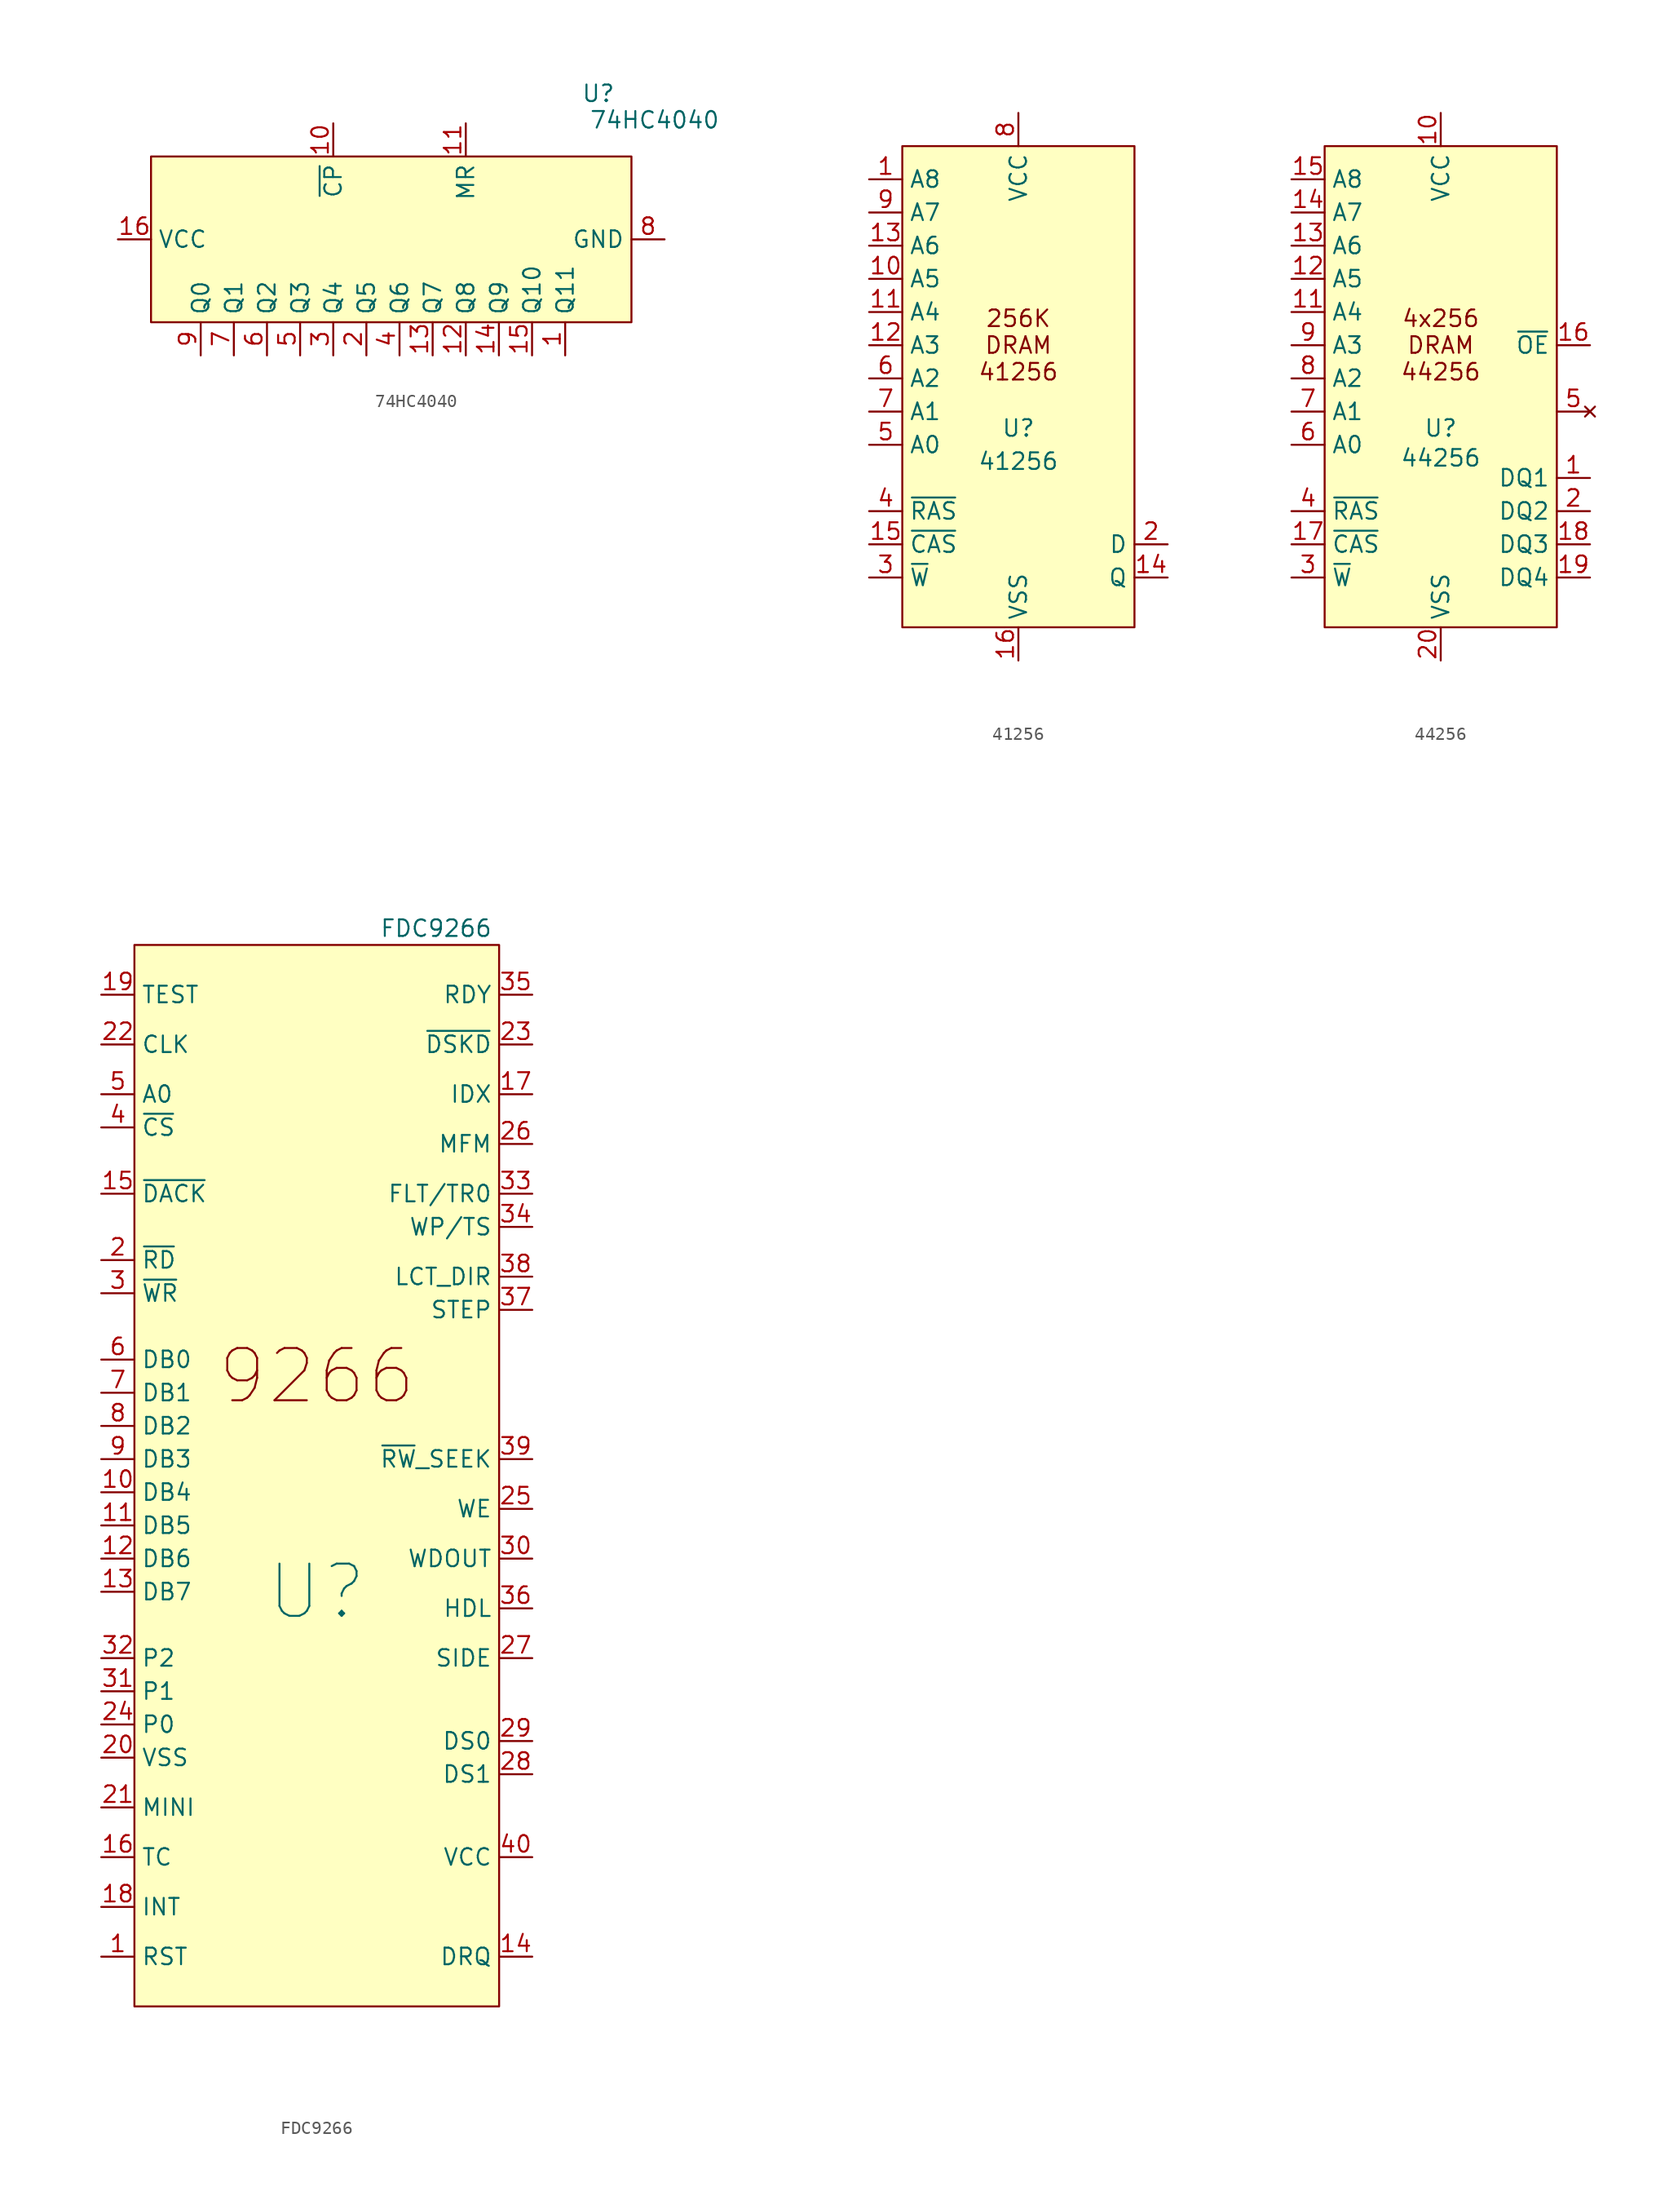
<source format=kicad_sym>
(kicad_symbol_lib
  (version 20231120)
  (generator "kicad_symbol_editor")
  (generator_version "8.0")
  (symbol "74HC4040"
    (property "Reference" "U"
      (at 15.24 11.176 0)
      (effects (font (size 1.27 1.27))))
    (property "Value" "74HC4040"
      (at 19.558 9.144 0)
      (effects (font (size 1.27 1.27))))
    (symbol "74HC4040_0_0"
      (pin output line (at 12.7 -8.89 90) (length 2.54) (name "Q11" (effects (font (size 1.27 1.27)))) (number "1" (effects (font (size 1.27 1.27)))))
      (pin input line (at -5.08 8.89 270) (length 2.54) (name "~{CP}" (effects (font (size 1.27 1.27)))) (number "10" (effects (font (size 1.27 1.27)))))
      (pin input line (at 5.08 8.89 270) (length 2.54) (name "MR" (effects (font (size 1.27 1.27)))) (number "11" (effects (font (size 1.27 1.27)))))
      (pin output line (at 5.08 -8.89 90) (length 2.54) (name "Q8" (effects (font (size 1.27 1.27)))) (number "12" (effects (font (size 1.27 1.27)))))
      (pin output line (at 2.54 -8.89 90) (length 2.54) (name "Q7" (effects (font (size 1.27 1.27)))) (number "13" (effects (font (size 1.27 1.27)))))
      (pin output line (at 7.62 -8.89 90) (length 2.54) (name "Q9" (effects (font (size 1.27 1.27)))) (number "14" (effects (font (size 1.27 1.27)))))
      (pin output line (at 10.16 -8.89 90) (length 2.54) (name "Q10" (effects (font (size 1.27 1.27)))) (number "15" (effects (font (size 1.27 1.27)))))
      (pin power_in line (at -21.59 0 0) (length 2.54) (name "VCC" (effects (font (size 1.27 1.27)))) (number "16" (effects (font (size 1.27 1.27)))))
      (pin output line (at -2.54 -8.89 90) (length 2.54) (name "Q5" (effects (font (size 1.27 1.27)))) (number "2" (effects (font (size 1.27 1.27)))))
      (pin output line (at -5.08 -8.89 90) (length 2.54) (name "Q4" (effects (font (size 1.27 1.27)))) (number "3" (effects (font (size 1.27 1.27)))))
      (pin output line (at 0 -8.89 90) (length 2.54) (name "Q6" (effects (font (size 1.27 1.27)))) (number "4" (effects (font (size 1.27 1.27)))))
      (pin output line (at -7.62 -8.89 90) (length 2.54) (name "Q3" (effects (font (size 1.27 1.27)))) (number "5" (effects (font (size 1.27 1.27)))))
      (pin output line (at -10.16 -8.89 90) (length 2.54) (name "Q2" (effects (font (size 1.27 1.27)))) (number "6" (effects (font (size 1.27 1.27)))))
      (pin power_in line (at 20.32 0 180) (length 2.54) (name "GND" (effects (font (size 1.27 1.27)))) (number "8" (effects (font (size 1.27 1.27)))))
      (pin output line (at -15.24 -8.89 90) (length 2.54) (name "Q0" (effects (font (size 1.27 1.27)))) (number "9" (effects (font (size 1.27 1.27))))))
    (symbol "74HC4040_1_0"
      (pin output line (at -12.7 -8.89 90) (length 2.54) (name "Q1" (effects (font (size 1.27 1.27)))) (number "7" (effects (font (size 1.27 1.27))))))
    (symbol "74HC4040_1_1"
      (rectangle (start -19.05 6.35) (end 17.78 -6.35) (stroke (width 0) (type default)) (fill (type background)))))
  (symbol "41256"
    (property "Reference" "U"
      (at 0 -3.81 0)
      (effects (font (size 1.27 1.27))))
    (property "Value" "41256"
      (at 0 -6.35 0)
      (effects (font (size 1.27 1.27))))
    (symbol "41256_0_0"
      (pin input line (at -11.43 7.62 0) (length 2.54) (name "A5" (effects (font (size 1.27 1.27)))) (number "10" (effects (font (size 1.27 1.27)))))
      (pin input line (at -11.43 5.08 0) (length 2.54) (name "A4" (effects (font (size 1.27 1.27)))) (number "11" (effects (font (size 1.27 1.27)))))
      (pin input line (at -11.43 2.54 0) (length 2.54) (name "A3" (effects (font (size 1.27 1.27)))) (number "12" (effects (font (size 1.27 1.27)))))
      (pin input line (at -11.43 10.16 0) (length 2.54) (name "A6" (effects (font (size 1.27 1.27)))) (number "13" (effects (font (size 1.27 1.27)))))
      (pin power_in line (at 0 -21.59 90) (length 2.54) (name "VSS" (effects (font (size 1.27 1.27)))) (number "16" (effects (font (size 1.27 1.27)))))
      (pin input line (at -11.43 -10.16 0) (length 2.54) (name "~{RAS}" (effects (font (size 1.27 1.27)))) (number "4" (effects (font (size 1.27 1.27)))))
      (pin input line (at -11.43 -5.08 0) (length 2.54) (name "A0" (effects (font (size 1.27 1.27)))) (number "5" (effects (font (size 1.27 1.27)))))
      (pin input line (at -11.43 0 0) (length 2.54) (name "A2" (effects (font (size 1.27 1.27)))) (number "6" (effects (font (size 1.27 1.27)))))
      (pin input line (at -11.43 -2.54 0) (length 2.54) (name "A1" (effects (font (size 1.27 1.27)))) (number "7" (effects (font (size 1.27 1.27)))))
      (pin power_in line (at 0 20.32 270) (length 2.54) (name "VCC" (effects (font (size 1.27 1.27)))) (number "8" (effects (font (size 1.27 1.27)))))
      (pin input line (at -11.43 12.7 0) (length 2.54) (name "A7" (effects (font (size 1.27 1.27)))) (number "9" (effects (font (size 1.27 1.27))))))
    (symbol "41256_1_0"
      (pin input line (at -11.43 15.24 0) (length 2.54) (name "A8" (effects (font (size 1.27 1.27)))) (number "1" (effects (font (size 1.27 1.27)))))
      (pin passive line (at 11.43 -15.24 180) (length 2.54) (name "Q" (effects (font (size 1.27 1.27)))) (number "14" (effects (font (size 1.27 1.27)))))
      (pin input line (at -11.43 -12.7 0) (length 2.54) (name "~{CAS}" (effects (font (size 1.27 1.27)))) (number "15" (effects (font (size 1.27 1.27)))))
      (pin input line (at 11.43 -12.7 180) (length 2.54) (name "D" (effects (font (size 1.27 1.27)))) (number "2" (effects (font (size 1.27 1.27)))))
      (pin input line (at -11.43 -15.24 0) (length 2.54) (name "~{W}" (effects (font (size 1.27 1.27)))) (number "3" (effects (font (size 1.27 1.27))))))
    (symbol "41256_1_1"
      (rectangle (start -8.89 17.78) (end 8.89 -19.05) (stroke (width 0) (type default)) (fill (type background)))
      (text "256K\nDRAM\n41256" (at 0 2.54 0) (effects (font (size 1.27 1.27))))))
  (symbol "44256"
    (property "Reference" "U"
      (at 0 -3.81 0)
      (effects (font (size 1.27 1.27))))
    (property "Value" "44256"
      (at 0 -6.096 0)
      (effects (font (size 1.27 1.27))))
    (symbol "44256_0_0"
      (pin input line (at -11.43 -10.16 0) (length 2.54) (name "~{RAS}" (effects (font (size 1.27 1.27)))) (number "4" (effects (font (size 1.27 1.27))))))
    (symbol "44256_1_0"
      (pin bidirectional line (at 11.43 -7.62 180) (length 2.54) (name "DQ1" (effects (font (size 1.27 1.27)))) (number "1" (effects (font (size 1.27 1.27)))))
      (pin power_in line (at 0 20.32 270) (length 2.54) (name "VCC" (effects (font (size 1.27 1.27)))) (number "10" (effects (font (size 1.27 1.27)))))
      (pin input line (at -11.43 5.08 0) (length 2.54) (name "A4" (effects (font (size 1.27 1.27)))) (number "11" (effects (font (size 1.27 1.27)))))
      (pin input line (at -11.43 7.62 0) (length 2.54) (name "A5" (effects (font (size 1.27 1.27)))) (number "12" (effects (font (size 1.27 1.27)))))
      (pin input line (at -11.43 10.16 0) (length 2.54) (name "A6" (effects (font (size 1.27 1.27)))) (number "13" (effects (font (size 1.27 1.27)))))
      (pin input line (at -11.43 12.7 0) (length 2.54) (name "A7" (effects (font (size 1.27 1.27)))) (number "14" (effects (font (size 1.27 1.27)))))
      (pin input line (at -11.43 15.24 0) (length 2.54) (name "A8" (effects (font (size 1.27 1.27)))) (number "15" (effects (font (size 1.27 1.27)))))
      (pin input line (at 11.43 2.54 180) (length 2.54) (name "~{OE}" (effects (font (size 1.27 1.27)))) (number "16" (effects (font (size 1.27 1.27)))))
      (pin input line (at -11.43 -12.7 0) (length 2.54) (name "~{CAS}" (effects (font (size 1.27 1.27)))) (number "17" (effects (font (size 1.27 1.27)))))
      (pin bidirectional line (at 11.43 -12.7 180) (length 2.54) (name "DQ3" (effects (font (size 1.27 1.27)))) (number "18" (effects (font (size 1.27 1.27)))))
      (pin bidirectional line (at 11.43 -15.24 180) (length 2.54) (name "DQ4" (effects (font (size 1.27 1.27)))) (number "19" (effects (font (size 1.27 1.27)))))
      (pin bidirectional line (at 11.43 -10.16 180) (length 2.54) (name "DQ2" (effects (font (size 1.27 1.27)))) (number "2" (effects (font (size 1.27 1.27)))))
      (pin power_in line (at 0 -21.59 90) (length 2.54) (name "VSS" (effects (font (size 1.27 1.27)))) (number "20" (effects (font (size 1.27 1.27)))))
      (pin input line (at -11.43 -15.24 0) (length 2.54) (name "~{W}" (effects (font (size 1.27 1.27)))) (number "3" (effects (font (size 1.27 1.27)))))
      (pin no_connect line (at 11.43 -2.54 180) (length 2.54) (name "" (effects (font (size 1.27 1.27)))) (number "5" (effects (font (size 1.27 1.27)))))
      (pin input line (at -11.43 -5.08 0) (length 2.54) (name "A0" (effects (font (size 1.27 1.27)))) (number "6" (effects (font (size 1.27 1.27)))))
      (pin input line (at -11.43 -2.54 0) (length 2.54) (name "A1" (effects (font (size 1.27 1.27)))) (number "7" (effects (font (size 1.27 1.27)))))
      (pin input line (at -11.43 0 0) (length 2.54) (name "A2" (effects (font (size 1.27 1.27)))) (number "8" (effects (font (size 1.27 1.27)))))
      (pin input line (at -11.43 2.54 0) (length 2.54) (name "A3" (effects (font (size 1.27 1.27)))) (number "9" (effects (font (size 1.27 1.27))))))
    (symbol "44256_1_1"
      (rectangle (start -8.89 17.78) (end 8.89 -19.05) (stroke (width 0) (type default)) (fill (type background)))
      (text "4x256\nDRAM\n44256" (at 0 2.54 0) (effects (font (size 1.27 1.27))))))
  (symbol "FDC9266"
    (property "Reference" "U"
      (at 0 -10.16 0)
      (effects (font (size 4 4))))
    (property "Value" "FDC9266"
      (at 9.144 40.64 0)
      (effects (font (size 1.27 1.27))))
    (symbol "FDC9266_0_0"
      (pin input line (at -16.51 -38.1 0) (length 2.54) (name "RST" (effects (font (size 1.27 1.27)))) (number "1" (effects (font (size 1.27 1.27)))))
      (pin bidirectional line (at -16.51 -2.54 0) (length 2.54) (name "DB4" (effects (font (size 1.27 1.27)))) (number "10" (effects (font (size 1.27 1.27)))))
      (pin bidirectional line (at -16.51 -5.08 0) (length 2.54) (name "DB5" (effects (font (size 1.27 1.27)))) (number "11" (effects (font (size 1.27 1.27)))))
      (pin bidirectional line (at -16.51 -7.62 0) (length 2.54) (name "DB6" (effects (font (size 1.27 1.27)))) (number "12" (effects (font (size 1.27 1.27)))))
      (pin bidirectional line (at -16.51 -10.16 0) (length 2.54) (name "DB7" (effects (font (size 1.27 1.27)))) (number "13" (effects (font (size 1.27 1.27)))))
      (pin output line (at 16.51 -38.1 180) (length 2.54) (name "DRQ" (effects (font (size 1.27 1.27)))) (number "14" (effects (font (size 1.27 1.27)))))
      (pin input line (at -16.51 20.32 0) (length 2.54) (name "~{DACK}" (effects (font (size 1.27 1.27)))) (number "15" (effects (font (size 1.27 1.27)))))
      (pin input line (at -16.51 -30.48 0) (length 2.54) (name "TC" (effects (font (size 1.27 1.27)))) (number "16" (effects (font (size 1.27 1.27)))))
      (pin input line (at 16.51 27.94 180) (length 2.54) (name "IDX" (effects (font (size 1.27 1.27)))) (number "17" (effects (font (size 1.27 1.27)))))
      (pin output line (at -16.51 -34.29 0) (length 2.54) (name "INT" (effects (font (size 1.27 1.27)))) (number "18" (effects (font (size 1.27 1.27)))))
      (pin input line (at -16.51 35.56 0) (length 2.54) (name "TEST" (effects (font (size 1.27 1.27)))) (number "19" (effects (font (size 1.27 1.27)))))
      (pin input line (at -16.51 15.24 0) (length 2.54) (name "~{RD}" (effects (font (size 1.27 1.27)))) (number "2" (effects (font (size 1.27 1.27)))))
      (pin power_in line (at -16.51 -22.86 0) (length 2.54) (name "VSS" (effects (font (size 1.27 1.27)))) (number "20" (effects (font (size 1.27 1.27)))))
      (pin input line (at -16.51 -26.67 0) (length 2.54) (name "MINI" (effects (font (size 1.27 1.27)))) (number "21" (effects (font (size 1.27 1.27)))))
      (pin input line (at -16.51 31.75 0) (length 2.54) (name "CLK" (effects (font (size 1.27 1.27)))) (number "22" (effects (font (size 1.27 1.27)))))
      (pin input line (at 16.51 31.75 180) (length 2.54) (name "~{DSKD}" (effects (font (size 1.27 1.27)))) (number "23" (effects (font (size 1.27 1.27)))))
      (pin input line (at -16.51 -20.32 0) (length 2.54) (name "P0" (effects (font (size 1.27 1.27)))) (number "24" (effects (font (size 1.27 1.27)))))
      (pin output line (at 16.51 -3.81 180) (length 2.54) (name "WE" (effects (font (size 1.27 1.27)))) (number "25" (effects (font (size 1.27 1.27)))))
      (pin output line (at 16.51 24.13 180) (length 2.54) (name "MFM" (effects (font (size 1.27 1.27)))) (number "26" (effects (font (size 1.27 1.27)))))
      (pin input line (at -16.51 12.7 0) (length 2.54) (name "~{WR}" (effects (font (size 1.27 1.27)))) (number "3" (effects (font (size 1.27 1.27)))))
      (pin output line (at 16.51 -7.62 180) (length 2.54) (name "WDOUT" (effects (font (size 1.27 1.27)))) (number "30" (effects (font (size 1.27 1.27)))))
      (pin input line (at -16.51 -17.78 0) (length 2.54) (name "P1" (effects (font (size 1.27 1.27)))) (number "31" (effects (font (size 1.27 1.27)))))
      (pin input line (at -16.51 -15.24 0) (length 2.54) (name "P2" (effects (font (size 1.27 1.27)))) (number "32" (effects (font (size 1.27 1.27)))))
      (pin input line (at 16.51 20.32 180) (length 2.54) (name "FLT/TR0" (effects (font (size 1.27 1.27)))) (number "33" (effects (font (size 1.27 1.27)))))
      (pin input line (at 16.51 17.78 180) (length 2.54) (name "WP/TS" (effects (font (size 1.27 1.27)))) (number "34" (effects (font (size 1.27 1.27)))))
      (pin input line (at 16.51 35.56 180) (length 2.54) (name "RDY" (effects (font (size 1.27 1.27)))) (number "35" (effects (font (size 1.27 1.27)))))
      (pin output line (at 16.51 -11.43 180) (length 2.54) (name "HDL" (effects (font (size 1.27 1.27)))) (number "36" (effects (font (size 1.27 1.27)))))
      (pin output line (at 16.51 13.97 180) (length 2.54) (name "LCT_DIR" (effects (font (size 1.27 1.27)))) (number "38" (effects (font (size 1.27 1.27)))))
      (pin output line (at 16.51 0 180) (length 2.54) (name "~{RW}_SEEK" (effects (font (size 1.27 1.27)))) (number "39" (effects (font (size 1.27 1.27)))))
      (pin input line (at -16.51 25.4 0) (length 2.54) (name "~{CS}" (effects (font (size 1.27 1.27)))) (number "4" (effects (font (size 1.27 1.27)))))
      (pin power_in line (at 16.51 -30.48 180) (length 2.54) (name "VCC" (effects (font (size 1.27 1.27)))) (number "40" (effects (font (size 1.27 1.27)))))
      (pin input line (at -16.51 27.94 0) (length 2.54) (name "A0" (effects (font (size 1.27 1.27)))) (number "5" (effects (font (size 1.27 1.27)))))
      (pin bidirectional line (at -16.51 7.62 0) (length 2.54) (name "DB0" (effects (font (size 1.27 1.27)))) (number "6" (effects (font (size 1.27 1.27)))))
      (pin bidirectional line (at -16.51 5.08 0) (length 2.54) (name "DB1" (effects (font (size 1.27 1.27)))) (number "7" (effects (font (size 1.27 1.27)))))
      (pin bidirectional line (at -16.51 2.54 0) (length 2.54) (name "DB2" (effects (font (size 1.27 1.27)))) (number "8" (effects (font (size 1.27 1.27)))))
      (pin bidirectional line (at -16.51 0 0) (length 2.54) (name "DB3" (effects (font (size 1.27 1.27)))) (number "9" (effects (font (size 1.27 1.27))))))
    (symbol "FDC9266_1_0"
      (pin output line (at 16.51 -15.24 180) (length 2.54) (name "SIDE" (effects (font (size 1.27 1.27)))) (number "27" (effects (font (size 1.27 1.27)))))
      (pin output line (at 16.51 -24.13 180) (length 2.54) (name "DS1" (effects (font (size 1.27 1.27)))) (number "28" (effects (font (size 1.27 1.27)))))
      (pin output line (at 16.51 -21.59 180) (length 2.54) (name "DS0" (effects (font (size 1.27 1.27)))) (number "29" (effects (font (size 1.27 1.27)))))
      (pin output line (at 16.51 11.43 180) (length 2.54) (name "STEP" (effects (font (size 1.27 1.27)))) (number "37" (effects (font (size 1.27 1.27))))))
    (symbol "FDC9266_1_1"
      (rectangle (start -13.97 39.37) (end 13.97 -41.91) (stroke (width 0) (type default)) (fill (type background)))
      (text "9266\n" (at 0 6.35 0) (effects (font (size 4 4)))))))
</source>
